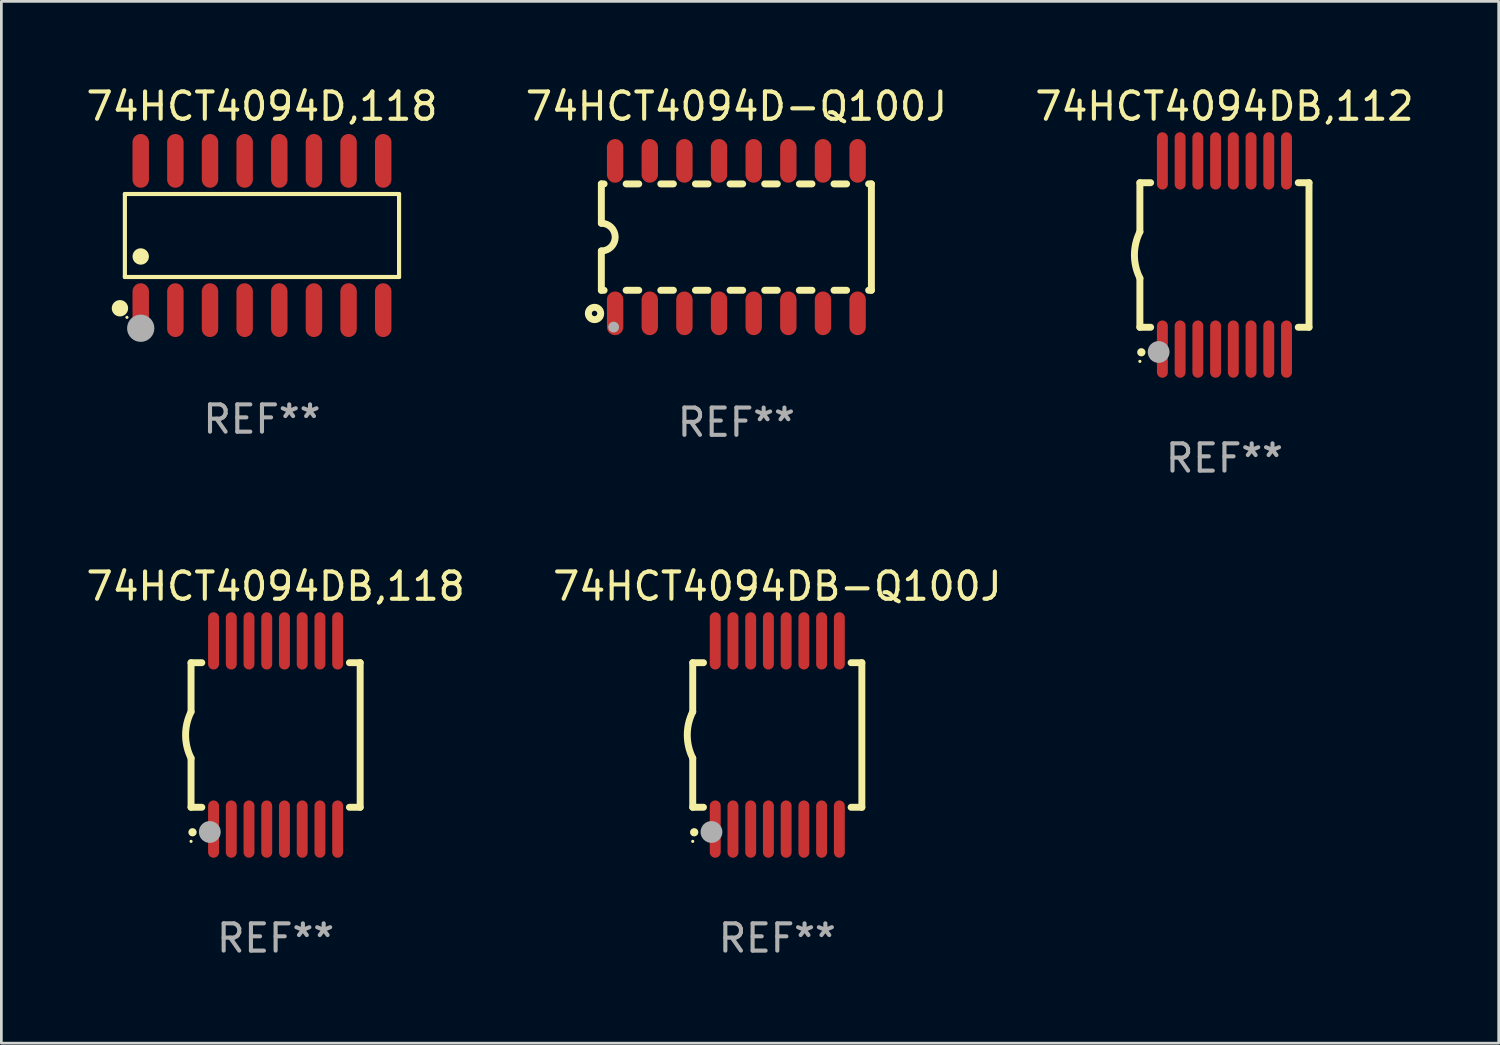
<source format=kicad_pcb>
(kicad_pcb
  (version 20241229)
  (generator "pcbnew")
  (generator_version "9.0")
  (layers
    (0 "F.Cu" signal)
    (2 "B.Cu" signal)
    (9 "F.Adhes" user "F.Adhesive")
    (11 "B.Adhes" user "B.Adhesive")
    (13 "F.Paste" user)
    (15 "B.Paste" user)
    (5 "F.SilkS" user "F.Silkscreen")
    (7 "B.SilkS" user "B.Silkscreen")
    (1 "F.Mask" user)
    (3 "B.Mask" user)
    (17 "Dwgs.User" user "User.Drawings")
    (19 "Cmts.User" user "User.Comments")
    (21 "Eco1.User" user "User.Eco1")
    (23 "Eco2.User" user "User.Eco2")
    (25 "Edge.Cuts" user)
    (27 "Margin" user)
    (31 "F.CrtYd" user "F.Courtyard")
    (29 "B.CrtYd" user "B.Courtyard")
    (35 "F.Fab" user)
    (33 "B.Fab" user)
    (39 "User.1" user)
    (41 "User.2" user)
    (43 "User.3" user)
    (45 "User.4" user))
  (footprint "74HCT4094DB,112"
    (layer "F.Cu")
    (at 41.839 6.298)
    (property "Reference" "74HCT4094DB,112" (at 0 -5.45 0) (layer "F.SilkS") (effects (font (size 1 1) (thickness 0.15))))
    (attr through_hole)
    (fp_line (start -3.1 -2.65) (end -3.1 -0.85) (stroke (width 0.254) (type solid)) (layer "F.SilkS"))
    (fp_line (start -3.1 -2.65) (end -2.706 -2.65) (stroke (width 0.254) (type solid)) (layer "F.SilkS"))
    (fp_line (start -3.1 2.65) (end -3.1 0.85) (stroke (width 0.254) (type solid)) (layer "F.SilkS"))
    (fp_line (start -3.1 2.65) (end -2.706 2.65) (stroke (width 0.254) (type solid)) (layer "F.SilkS"))
    (fp_line (start 2.706 -2.65) (end 3.1 -2.65) (stroke (width 0.254) (type solid)) (layer "F.SilkS"))
    (fp_line (start 2.706 2.65) (end 3.1 2.65) (stroke (width 0.254) (type solid)) (layer "F.SilkS"))
    (fp_line (start 3.1 -2.65) (end 3.1 2.65) (stroke (width 0.254) (type solid)) (layer "F.SilkS"))
    (fp_arc (start -3.098907 0.850902) (mid -3.300057 0.000523) (end -3.1 -0.850114) (stroke (width 0.254001) (type solid)) (layer "F.SilkS"))
    (fp_arc (start -3.048006 3.566066) (mid -3.046736 3.566061) (end -3.045466 3.566066) (stroke (width 0.3) (type solid)) (layer "F.SilkS"))
    (fp_circle (center -3.1 3.9) (end -3.07 3.9) (stroke (width 0.06) (type solid)) (fill no) (layer "F.SilkS"))
    (fp_circle (center -2.413 3.556) (end -2.213 3.556) (stroke (width 0.4) (type solid)) (fill no) (layer "F.Fab"))
    (fp_text user "REF**" (at 0 7.45 0) (layer "F.Fab") (effects (font (size 1 1) (thickness 0.15))))
    (pad "1" smd oval (at -2.275 3.45 180) (size 0.4 2.1) (layers "F.Cu" "F.Mask" "F.Paste"))
    (pad "2" smd oval (at -1.625 3.45 180) (size 0.4 2.1) (layers "F.Cu" "F.Mask" "F.Paste"))
    (pad "3" smd oval (at -0.975 3.45 180) (size 0.4 2.1) (layers "F.Cu" "F.Mask" "F.Paste"))
    (pad "4" smd oval (at -0.325 3.45 180) (size 0.4 2.1) (layers "F.Cu" "F.Mask" "F.Paste"))
    (pad "5" smd oval (at 0.325 3.45 180) (size 0.4 2.1) (layers "F.Cu" "F.Mask" "F.Paste"))
    (pad "6" smd oval (at 0.975 3.45 180) (size 0.4 2.1) (layers "F.Cu" "F.Mask" "F.Paste"))
    (pad "7" smd oval (at 1.625 3.45 180) (size 0.4 2.1) (layers "F.Cu" "F.Mask" "F.Paste"))
    (pad "8" smd oval (at 2.275 3.45 180) (size 0.4 2.1) (layers "F.Cu" "F.Mask" "F.Paste"))
    (pad "9" smd oval (at 2.275 -3.45 180) (size 0.4 2.1) (layers "F.Cu" "F.Mask" "F.Paste"))
    (pad "10" smd oval (at 1.625 -3.45 180) (size 0.4 2.1) (layers "F.Cu" "F.Mask" "F.Paste"))
    (pad "11" smd oval (at 0.975 -3.45 180) (size 0.4 2.1) (layers "F.Cu" "F.Mask" "F.Paste"))
    (pad "12" smd oval (at 0.325 -3.45 180) (size 0.4 2.1) (layers "F.Cu" "F.Mask" "F.Paste"))
    (pad "13" smd oval (at -0.325 -3.45 180) (size 0.4 2.1) (layers "F.Cu" "F.Mask" "F.Paste"))
    (pad "14" smd oval (at -0.975 -3.45 180) (size 0.4 2.1) (layers "F.Cu" "F.Mask" "F.Paste"))
    (pad "15" smd oval (at -1.625 -3.45 180) (size 0.4 2.1) (layers "F.Cu" "F.Mask" "F.Paste"))
    (pad "16" smd oval (at -2.275 -3.45 180) (size 0.4 2.1) (layers "F.Cu" "F.Mask" "F.Paste")))
  (footprint "74HCT4094D-Q100J"
    (layer "F.Cu")
    (at 23.946 5.642)
    (property "Reference" "74HCT4094D-Q100J" (at 0 -4.794 0) (layer "F.SilkS") (effects (font (size 1 1) (thickness 0.15))))
    (attr through_hole)
    (fp_line (start -4.95 -1.95) (end -4.95 -0.508) (stroke (width 0.254) (type solid)) (layer "F.SilkS"))
    (fp_line (start -4.95 -1.95) (end -4.849 -1.95) (stroke (width 0.254) (type solid)) (layer "F.SilkS"))
    (fp_line (start -4.95 1.95) (end -4.95 0.508) (stroke (width 0.254) (type solid)) (layer "F.SilkS"))
    (fp_line (start -4.95 1.95) (end -4.849 1.95) (stroke (width 0.254) (type solid)) (layer "F.SilkS"))
    (fp_line (start -4.041 -1.95) (end -3.579 -1.95) (stroke (width 0.254) (type solid)) (layer "F.SilkS"))
    (fp_line (start -4.041 1.95) (end -3.579 1.95) (stroke (width 0.254) (type solid)) (layer "F.SilkS"))
    (fp_line (start -2.771 -1.95) (end -2.309 -1.95) (stroke (width 0.254) (type solid)) (layer "F.SilkS"))
    (fp_line (start -2.771 1.95) (end -2.309 1.95) (stroke (width 0.254) (type solid)) (layer "F.SilkS"))
    (fp_line (start -1.501 -1.95) (end -1.039 -1.95) (stroke (width 0.254) (type solid)) (layer "F.SilkS"))
    (fp_line (start -1.501 1.95) (end -1.039 1.95) (stroke (width 0.254) (type solid)) (layer "F.SilkS"))
    (fp_line (start -0.231 -1.95) (end 0.231 -1.95) (stroke (width 0.254) (type solid)) (layer "F.SilkS"))
    (fp_line (start -0.231 1.95) (end 0.231 1.95) (stroke (width 0.254) (type solid)) (layer "F.SilkS"))
    (fp_line (start 1.039 -1.95) (end 1.501 -1.95) (stroke (width 0.254) (type solid)) (layer "F.SilkS"))
    (fp_line (start 1.039 1.95) (end 1.501 1.95) (stroke (width 0.254) (type solid)) (layer "F.SilkS"))
    (fp_line (start 2.309 -1.95) (end 2.771 -1.95) (stroke (width 0.254) (type solid)) (layer "F.SilkS"))
    (fp_line (start 2.309 1.95) (end 2.771 1.95) (stroke (width 0.254) (type solid)) (layer "F.SilkS"))
    (fp_line (start 3.579 -1.95) (end 4.041 -1.95) (stroke (width 0.254) (type solid)) (layer "F.SilkS"))
    (fp_line (start 3.579 1.95) (end 4.041 1.95) (stroke (width 0.254) (type solid)) (layer "F.SilkS"))
    (fp_line (start 4.849 -1.95) (end 4.95 -1.95) (stroke (width 0.254) (type solid)) (layer "F.SilkS"))
    (fp_line (start 4.849 1.95) (end 4.95 1.95) (stroke (width 0.254) (type solid)) (layer "F.SilkS"))
    (fp_line (start 4.95 -1.95) (end 4.95 1.95) (stroke (width 0.254) (type solid)) (layer "F.SilkS"))
    (fp_arc (start -4.95047 -0.508001) (mid -4.442469 -0.000228) (end -4.950013 0.508001) (stroke (width 0.254001) (type solid)) (layer "F.SilkS"))
    (fp_circle (center -5.2 2.8) (end -5.1 2.8) (stroke (width 0.254) (type solid)) (fill no) (layer "F.SilkS"))
    (fp_circle (center -4.95 2.947) (end -4.92 2.947) (stroke (width 0.06) (type solid)) (fill no) (layer "F.SilkS"))
    (fp_circle (center -4.5 3.3) (end -4.4 3.3) (stroke (width 0.2) (type solid)) (fill no) (layer "F.Fab"))
    (fp_text user "REF**" (at 0 6.794 0) (layer "F.Fab") (effects (font (size 1 1) (thickness 0.15))))
    (pad "1" smd oval (at -4.445 2.794) (size 0.6 1.6) (layers "F.Cu" "F.Mask" "F.Paste"))
    (pad "2" smd oval (at -3.175 2.794) (size 0.6 1.6) (layers "F.Cu" "F.Mask" "F.Paste"))
    (pad "3" smd oval (at -1.905 2.794) (size 0.6 1.6) (layers "F.Cu" "F.Mask" "F.Paste"))
    (pad "4" smd oval (at -0.635 2.794) (size 0.6 1.6) (layers "F.Cu" "F.Mask" "F.Paste"))
    (pad "5" smd oval (at 0.635 2.794) (size 0.6 1.6) (layers "F.Cu" "F.Mask" "F.Paste"))
    (pad "6" smd oval (at 1.905 2.794) (size 0.6 1.6) (layers "F.Cu" "F.Mask" "F.Paste"))
    (pad "7" smd oval (at 3.175 2.794) (size 0.6 1.6) (layers "F.Cu" "F.Mask" "F.Paste"))
    (pad "8" smd oval (at 4.445 2.794) (size 0.6 1.6) (layers "F.Cu" "F.Mask" "F.Paste"))
    (pad "9" smd oval (at 4.445 -2.794) (size 0.6 1.6) (layers "F.Cu" "F.Mask" "F.Paste"))
    (pad "10" smd oval (at 3.175 -2.794) (size 0.6 1.6) (layers "F.Cu" "F.Mask" "F.Paste"))
    (pad "11" smd oval (at 1.905 -2.794) (size 0.6 1.6) (layers "F.Cu" "F.Mask" "F.Paste"))
    (pad "12" smd oval (at 0.635 -2.794) (size 0.6 1.6) (layers "F.Cu" "F.Mask" "F.Paste"))
    (pad "13" smd oval (at -0.635 -2.794) (size 0.6 1.6) (layers "F.Cu" "F.Mask" "F.Paste"))
    (pad "14" smd oval (at -1.905 -2.794) (size 0.6 1.6) (layers "F.Cu" "F.Mask" "F.Paste"))
    (pad "15" smd oval (at -3.175 -2.794) (size 0.6 1.6) (layers "F.Cu" "F.Mask" "F.Paste"))
    (pad "16" smd oval (at -4.445 -2.794) (size 0.6 1.6) (layers "F.Cu" "F.Mask" "F.Paste")))
  (footprint "74HCT4094DB-Q100J"
    (layer "F.Cu")
    (at 25.446 23.895)
    (property "Reference" "74HCT4094DB-Q100J" (at 0 -5.45 0) (layer "F.SilkS") (effects (font (size 1 1) (thickness 0.15))))
    (attr through_hole)
    (fp_line (start -3.1 -2.65) (end -3.1 -0.85) (stroke (width 0.254) (type solid)) (layer "F.SilkS"))
    (fp_line (start -3.1 -2.65) (end -2.706 -2.65) (stroke (width 0.254) (type solid)) (layer "F.SilkS"))
    (fp_line (start -3.1 2.65) (end -3.1 0.85) (stroke (width 0.254) (type solid)) (layer "F.SilkS"))
    (fp_line (start -3.1 2.65) (end -2.706 2.65) (stroke (width 0.254) (type solid)) (layer "F.SilkS"))
    (fp_line (start 2.706 -2.65) (end 3.1 -2.65) (stroke (width 0.254) (type solid)) (layer "F.SilkS"))
    (fp_line (start 2.706 2.65) (end 3.1 2.65) (stroke (width 0.254) (type solid)) (layer "F.SilkS"))
    (fp_line (start 3.1 -2.65) (end 3.1 2.65) (stroke (width 0.254) (type solid)) (layer "F.SilkS"))
    (fp_arc (start -3.098907 0.850902) (mid -3.300057 0.000523) (end -3.1 -0.850114) (stroke (width 0.254001) (type solid)) (layer "F.SilkS"))
    (fp_arc (start -3.048006 3.566066) (mid -3.046736 3.566061) (end -3.045466 3.566066) (stroke (width 0.3) (type solid)) (layer "F.SilkS"))
    (fp_circle (center -3.1 3.9) (end -3.07 3.9) (stroke (width 0.06) (type solid)) (fill no) (layer "F.SilkS"))
    (fp_circle (center -2.413 3.556) (end -2.213 3.556) (stroke (width 0.4) (type solid)) (fill no) (layer "F.Fab"))
    (fp_text user "REF**" (at 0 7.45 0) (layer "F.Fab") (effects (font (size 1 1) (thickness 0.15))))
    (pad "1" smd oval (at -2.275 3.45 180) (size 0.4 2.1) (layers "F.Cu" "F.Mask" "F.Paste"))
    (pad "2" smd oval (at -1.625 3.45 180) (size 0.4 2.1) (layers "F.Cu" "F.Mask" "F.Paste"))
    (pad "3" smd oval (at -0.975 3.45 180) (size 0.4 2.1) (layers "F.Cu" "F.Mask" "F.Paste"))
    (pad "4" smd oval (at -0.325 3.45 180) (size 0.4 2.1) (layers "F.Cu" "F.Mask" "F.Paste"))
    (pad "5" smd oval (at 0.325 3.45 180) (size 0.4 2.1) (layers "F.Cu" "F.Mask" "F.Paste"))
    (pad "6" smd oval (at 0.975 3.45 180) (size 0.4 2.1) (layers "F.Cu" "F.Mask" "F.Paste"))
    (pad "7" smd oval (at 1.625 3.45 180) (size 0.4 2.1) (layers "F.Cu" "F.Mask" "F.Paste"))
    (pad "8" smd oval (at 2.275 3.45 180) (size 0.4 2.1) (layers "F.Cu" "F.Mask" "F.Paste"))
    (pad "9" smd oval (at 2.275 -3.45 180) (size 0.4 2.1) (layers "F.Cu" "F.Mask" "F.Paste"))
    (pad "10" smd oval (at 1.625 -3.45 180) (size 0.4 2.1) (layers "F.Cu" "F.Mask" "F.Paste"))
    (pad "11" smd oval (at 0.975 -3.45 180) (size 0.4 2.1) (layers "F.Cu" "F.Mask" "F.Paste"))
    (pad "12" smd oval (at 0.325 -3.45 180) (size 0.4 2.1) (layers "F.Cu" "F.Mask" "F.Paste"))
    (pad "13" smd oval (at -0.325 -3.45 180) (size 0.4 2.1) (layers "F.Cu" "F.Mask" "F.Paste"))
    (pad "14" smd oval (at -0.975 -3.45 180) (size 0.4 2.1) (layers "F.Cu" "F.Mask" "F.Paste"))
    (pad "15" smd oval (at -1.625 -3.45 180) (size 0.4 2.1) (layers "F.Cu" "F.Mask" "F.Paste"))
    (pad "16" smd oval (at -2.275 -3.45 180) (size 0.4 2.1) (layers "F.Cu" "F.Mask" "F.Paste")))
  (footprint "74HCT4094DB,118"
    (layer "F.Cu")
    (at 7.054 23.895)
    (property "Reference" "74HCT4094DB,118" (at 0 -5.45 0) (layer "F.SilkS") (effects (font (size 1 1) (thickness 0.15))))
    (attr through_hole)
    (fp_line (start -3.1 -2.65) (end -3.1 -0.85) (stroke (width 0.254) (type solid)) (layer "F.SilkS"))
    (fp_line (start -3.1 -2.65) (end -2.706 -2.65) (stroke (width 0.254) (type solid)) (layer "F.SilkS"))
    (fp_line (start -3.1 2.65) (end -3.1 0.85) (stroke (width 0.254) (type solid)) (layer "F.SilkS"))
    (fp_line (start -3.1 2.65) (end -2.706 2.65) (stroke (width 0.254) (type solid)) (layer "F.SilkS"))
    (fp_line (start 2.706 -2.65) (end 3.1 -2.65) (stroke (width 0.254) (type solid)) (layer "F.SilkS"))
    (fp_line (start 2.706 2.65) (end 3.1 2.65) (stroke (width 0.254) (type solid)) (layer "F.SilkS"))
    (fp_line (start 3.1 -2.65) (end 3.1 2.65) (stroke (width 0.254) (type solid)) (layer "F.SilkS"))
    (fp_arc (start -3.098907 0.850902) (mid -3.300057 0.000523) (end -3.1 -0.850114) (stroke (width 0.254001) (type solid)) (layer "F.SilkS"))
    (fp_arc (start -3.048006 3.566066) (mid -3.046736 3.566061) (end -3.045466 3.566066) (stroke (width 0.3) (type solid)) (layer "F.SilkS"))
    (fp_circle (center -3.1 3.9) (end -3.07 3.9) (stroke (width 0.06) (type solid)) (fill no) (layer "F.SilkS"))
    (fp_circle (center -2.413 3.556) (end -2.213 3.556) (stroke (width 0.4) (type solid)) (fill no) (layer "F.Fab"))
    (fp_text user "REF**" (at 0 7.45 0) (layer "F.Fab") (effects (font (size 1 1) (thickness 0.15))))
    (pad "1" smd oval (at -2.275 3.45 180) (size 0.4 2.1) (layers "F.Cu" "F.Mask" "F.Paste"))
    (pad "2" smd oval (at -1.625 3.45 180) (size 0.4 2.1) (layers "F.Cu" "F.Mask" "F.Paste"))
    (pad "3" smd oval (at -0.975 3.45 180) (size 0.4 2.1) (layers "F.Cu" "F.Mask" "F.Paste"))
    (pad "4" smd oval (at -0.325 3.45 180) (size 0.4 2.1) (layers "F.Cu" "F.Mask" "F.Paste"))
    (pad "5" smd oval (at 0.325 3.45 180) (size 0.4 2.1) (layers "F.Cu" "F.Mask" "F.Paste"))
    (pad "6" smd oval (at 0.975 3.45 180) (size 0.4 2.1) (layers "F.Cu" "F.Mask" "F.Paste"))
    (pad "7" smd oval (at 1.625 3.45 180) (size 0.4 2.1) (layers "F.Cu" "F.Mask" "F.Paste"))
    (pad "8" smd oval (at 2.275 3.45 180) (size 0.4 2.1) (layers "F.Cu" "F.Mask" "F.Paste"))
    (pad "9" smd oval (at 2.275 -3.45 180) (size 0.4 2.1) (layers "F.Cu" "F.Mask" "F.Paste"))
    (pad "10" smd oval (at 1.625 -3.45 180) (size 0.4 2.1) (layers "F.Cu" "F.Mask" "F.Paste"))
    (pad "11" smd oval (at 0.975 -3.45 180) (size 0.4 2.1) (layers "F.Cu" "F.Mask" "F.Paste"))
    (pad "12" smd oval (at 0.325 -3.45 180) (size 0.4 2.1) (layers "F.Cu" "F.Mask" "F.Paste"))
    (pad "13" smd oval (at -0.325 -3.45 180) (size 0.4 2.1) (layers "F.Cu" "F.Mask" "F.Paste"))
    (pad "14" smd oval (at -0.975 -3.45 180) (size 0.4 2.1) (layers "F.Cu" "F.Mask" "F.Paste"))
    (pad "15" smd oval (at -1.625 -3.45 180) (size 0.4 2.1) (layers "F.Cu" "F.Mask" "F.Paste"))
    (pad "16" smd oval (at -2.275 -3.45 180) (size 0.4 2.1) (layers "F.Cu" "F.Mask" "F.Paste")))
  (footprint "74HCT4094D,118"
    (layer "F.Cu")
    (at 6.554 5.584)
    (property "Reference" "74HCT4094D,118" (at 0 -4.736 0) (layer "F.SilkS") (effects (font (size 1 1) (thickness 0.15))))
    (attr through_hole)
    (fp_line (start -5.026 -1.521) (end 5.026 -1.521) (stroke (width 0.152) (type solid)) (layer "F.SilkS"))
    (fp_line (start -5.026 1.521) (end -5.026 -1.521) (stroke (width 0.152) (type solid)) (layer "F.SilkS"))
    (fp_line (start 5.026 -1.521) (end 5.026 1.521) (stroke (width 0.152) (type solid)) (layer "F.SilkS"))
    (fp_line (start 5.026 1.521) (end -5.026 1.521) (stroke (width 0.152) (type solid)) (layer "F.SilkS"))
    (fp_circle (center -5.207 2.667) (end -5.057 2.667) (stroke (width 0.3) (type solid)) (fill no) (layer "F.SilkS"))
    (fp_circle (center -4.95 3) (end -4.92 3) (stroke (width 0.06) (type solid)) (fill no) (layer "F.SilkS"))
    (fp_circle (center -4.445 0.769) (end -4.295 0.769) (stroke (width 0.3) (type solid)) (fill no) (layer "F.SilkS"))
    (fp_circle (center -4.445 3.4) (end -4.195 3.4) (stroke (width 0.5) (type solid)) (fill no) (layer "F.Fab"))
    (fp_text user "REF**" (at 0 6.736 0) (layer "F.Fab") (effects (font (size 1 1) (thickness 0.15))))
    (pad "1" smd oval (at -4.445 2.736) (size 0.602 1.971) (layers "F.Cu" "F.Mask" "F.Paste"))
    (pad "2" smd oval (at -3.175 2.736) (size 0.602 1.971) (layers "F.Cu" "F.Mask" "F.Paste"))
    (pad "3" smd oval (at -1.905 2.736) (size 0.602 1.971) (layers "F.Cu" "F.Mask" "F.Paste"))
    (pad "4" smd oval (at -0.635 2.736) (size 0.602 1.971) (layers "F.Cu" "F.Mask" "F.Paste"))
    (pad "5" smd oval (at 0.635 2.736) (size 0.602 1.971) (layers "F.Cu" "F.Mask" "F.Paste"))
    (pad "6" smd oval (at 1.905 2.736) (size 0.602 1.971) (layers "F.Cu" "F.Mask" "F.Paste"))
    (pad "7" smd oval (at 3.175 2.736) (size 0.602 1.971) (layers "F.Cu" "F.Mask" "F.Paste"))
    (pad "8" smd oval (at 4.445 2.736) (size 0.602 1.971) (layers "F.Cu" "F.Mask" "F.Paste"))
    (pad "9" smd oval (at 4.445 -2.736) (size 0.602 1.971) (layers "F.Cu" "F.Mask" "F.Paste"))
    (pad "10" smd oval (at 3.175 -2.736) (size 0.602 1.971) (layers "F.Cu" "F.Mask" "F.Paste"))
    (pad "11" smd oval (at 1.905 -2.736) (size 0.602 1.971) (layers "F.Cu" "F.Mask" "F.Paste"))
    (pad "12" smd oval (at 0.635 -2.736) (size 0.602 1.971) (layers "F.Cu" "F.Mask" "F.Paste"))
    (pad "13" smd oval (at -0.635 -2.736) (size 0.602 1.971) (layers "F.Cu" "F.Mask" "F.Paste"))
    (pad "14" smd oval (at -1.905 -2.736) (size 0.602 1.971) (layers "F.Cu" "F.Mask" "F.Paste"))
    (pad "15" smd oval (at -3.175 -2.736) (size 0.602 1.971) (layers "F.Cu" "F.Mask" "F.Paste"))
    (pad "16" smd oval (at -4.445 -2.736) (size 0.602 1.971) (layers "F.Cu" "F.Mask" "F.Paste")))
  (gr_rect
    (start -3 -3)
    (end 51.893 35.193)
    (stroke (width 0.1) (type default))
    (fill no)
    (layer "Edge.Cuts")))
</source>
